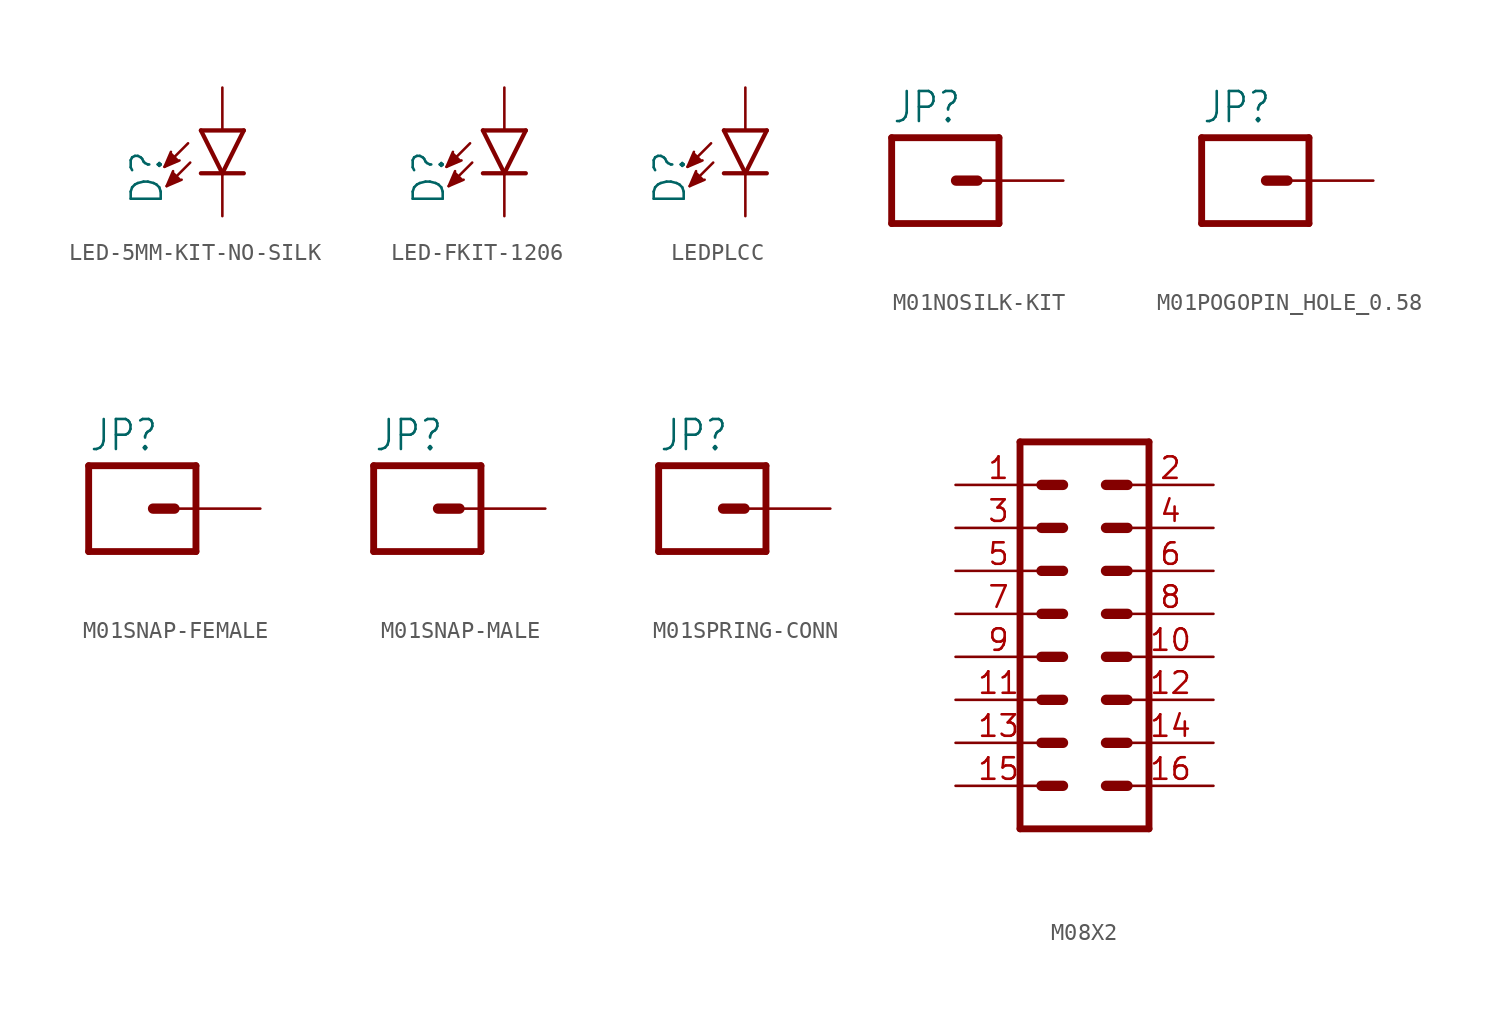
<source format=kicad_sym>
(kicad_symbol_lib
  (version 20231120)
  (generator "kicad_symbol_editor")
  (generator_version "8.0")
  (symbol "LED-5MM-KIT-NO-SILK"
    (property "Reference" "D"
      (at -3.429 -4.572 90)
      (effects (font (size 1.778 1.778)) (justify left bottom)))
    (property "Value" ""
      (at 1.905 -4.572 90)
      (effects (font (size 1.778 1.778)) (justify left top)))
    (property "ki_locked" ""
      (at 0 0 0)
      (effects (font (size 1.27 1.27))))
    (symbol "LED-5MM-KIT-NO-SILK_1_0"
      (polyline (pts (xy -2.032 -0.762) (xy -3.429 -2.159)) (stroke (width 0.152) (type solid)) (fill (type none)))
      (polyline (pts (xy -1.905 -1.905) (xy -3.302 -3.302)) (stroke (width 0.152) (type solid)) (fill (type none)))
      (polyline (pts (xy 0 -2.54) (xy -1.27 -2.54)) (stroke (width 0.254) (type solid)) (fill (type none)))
      (polyline (pts (xy 0 -2.54) (xy -1.27 0)) (stroke (width 0.254) (type solid)) (fill (type none)))
      (polyline (pts (xy 1.27 -2.54) (xy 0 -2.54)) (stroke (width 0.254) (type solid)) (fill (type none)))
      (polyline (pts (xy 1.27 0) (xy -1.27 0)) (stroke (width 0.254) (type solid)) (fill (type none)))
      (polyline (pts (xy 1.27 0) (xy 0 -2.54)) (stroke (width 0.254) (type solid)) (fill (type none)))
      (polyline (pts (xy -3.048 -1.27) (xy -3.429 -2.159) (xy -2.54 -1.778)) (stroke (width 0.152) (type solid)) (fill (type outline)))
      (polyline (pts (xy -2.921 -2.413) (xy -3.302 -3.302) (xy -2.413 -2.921)) (stroke (width 0.152) (type solid)) (fill (type outline)))
      (pin passive line (at 0 2.54 270) (length 2.54) (name "A" (effects (font (size 0 0)))) (number "A" (effects (font (size 0 0)))))
      (pin passive line (at 0 -5.08 90) (length 2.54) (name "C" (effects (font (size 0 0)))) (number "K" (effects (font (size 0 0)))))))
  (symbol "LED-FKIT-1206"
    (property "Reference" "D"
      (at -3.429 -4.572 90)
      (effects (font (size 1.778 1.778)) (justify left bottom)))
    (property "Value" ""
      (at 1.905 -4.572 90)
      (effects (font (size 1.778 1.778)) (justify left top)))
    (property "ki_locked" ""
      (at 0 0 0)
      (effects (font (size 1.27 1.27))))
    (symbol "LED-FKIT-1206_1_0"
      (polyline (pts (xy -2.032 -0.762) (xy -3.429 -2.159)) (stroke (width 0.152) (type solid)) (fill (type none)))
      (polyline (pts (xy -1.905 -1.905) (xy -3.302 -3.302)) (stroke (width 0.152) (type solid)) (fill (type none)))
      (polyline (pts (xy 0 -2.54) (xy -1.27 -2.54)) (stroke (width 0.254) (type solid)) (fill (type none)))
      (polyline (pts (xy 0 -2.54) (xy -1.27 0)) (stroke (width 0.254) (type solid)) (fill (type none)))
      (polyline (pts (xy 1.27 -2.54) (xy 0 -2.54)) (stroke (width 0.254) (type solid)) (fill (type none)))
      (polyline (pts (xy 1.27 0) (xy -1.27 0)) (stroke (width 0.254) (type solid)) (fill (type none)))
      (polyline (pts (xy 1.27 0) (xy 0 -2.54)) (stroke (width 0.254) (type solid)) (fill (type none)))
      (polyline (pts (xy -3.048 -1.27) (xy -3.429 -2.159) (xy -2.54 -1.778)) (stroke (width 0.152) (type solid)) (fill (type outline)))
      (polyline (pts (xy -2.921 -2.413) (xy -3.302 -3.302) (xy -2.413 -2.921)) (stroke (width 0.152) (type solid)) (fill (type outline)))
      (pin passive line (at 0 2.54 270) (length 2.54) (name "A" (effects (font (size 0 0)))) (number "A" (effects (font (size 0 0)))))
      (pin passive line (at 0 -5.08 90) (length 2.54) (name "C" (effects (font (size 0 0)))) (number "C" (effects (font (size 0 0)))))))
  (symbol "LEDPLCC"
    (property "Reference" "D"
      (at -3.429 -4.572 90)
      (effects (font (size 1.778 1.778)) (justify left bottom)))
    (property "Value" ""
      (at 1.905 -4.572 90)
      (effects (font (size 1.778 1.778)) (justify left top)))
    (property "ki_locked" ""
      (at 0 0 0)
      (effects (font (size 1.27 1.27))))
    (symbol "LEDPLCC_1_0"
      (polyline (pts (xy -2.032 -0.762) (xy -3.429 -2.159)) (stroke (width 0.152) (type solid)) (fill (type none)))
      (polyline (pts (xy -1.905 -1.905) (xy -3.302 -3.302)) (stroke (width 0.152) (type solid)) (fill (type none)))
      (polyline (pts (xy 0 -2.54) (xy -1.27 -2.54)) (stroke (width 0.254) (type solid)) (fill (type none)))
      (polyline (pts (xy 0 -2.54) (xy -1.27 0)) (stroke (width 0.254) (type solid)) (fill (type none)))
      (polyline (pts (xy 1.27 -2.54) (xy 0 -2.54)) (stroke (width 0.254) (type solid)) (fill (type none)))
      (polyline (pts (xy 1.27 0) (xy -1.27 0)) (stroke (width 0.254) (type solid)) (fill (type none)))
      (polyline (pts (xy 1.27 0) (xy 0 -2.54)) (stroke (width 0.254) (type solid)) (fill (type none)))
      (polyline (pts (xy -3.048 -1.27) (xy -3.429 -2.159) (xy -2.54 -1.778)) (stroke (width 0.152) (type solid)) (fill (type outline)))
      (polyline (pts (xy -2.921 -2.413) (xy -3.302 -3.302) (xy -2.413 -2.921)) (stroke (width 0.152) (type solid)) (fill (type outline)))
      (pin passive line (at 0 -5.08 90) (length 2.54) (name "C" (effects (font (size 0 0)))) (number "1" (effects (font (size 0 0)))))
      (pin passive line (at 0 2.54 270) (length 2.54) (name "A" (effects (font (size 0 0)))) (number "2" (effects (font (size 0 0)))))))
  (symbol "M01NOSILK-KIT"
    (property "Reference" "JP"
      (at -2.54 3.302 0)
      (effects (font (size 1.778 1.511)) (justify left bottom)))
    (property "Value" ""
      (at -2.54 -5.08 0)
      (effects (font (size 1.778 1.511)) (justify left bottom)))
    (property "ki_locked" ""
      (at 0 0 0)
      (effects (font (size 1.27 1.27))))
    (symbol "M01NOSILK-KIT_1_0"
      (polyline (pts (xy -2.54 2.54) (xy -2.54 -2.54)) (stroke (width 0.406) (type solid)) (fill (type none)))
      (polyline (pts (xy -2.54 2.54) (xy 3.81 2.54)) (stroke (width 0.406) (type solid)) (fill (type none)))
      (polyline (pts (xy 1.27 0) (xy 2.54 0)) (stroke (width 0.61) (type solid)) (fill (type none)))
      (polyline (pts (xy 3.81 -2.54) (xy -2.54 -2.54)) (stroke (width 0.406) (type solid)) (fill (type none)))
      (polyline (pts (xy 3.81 -2.54) (xy 3.81 2.54)) (stroke (width 0.406) (type solid)) (fill (type none)))
      (pin passive line (at 7.62 0 180) (length 5.08) (name "1" (effects (font (size 0 0)))) (number "1" (effects (font (size 0 0)))))))
  (symbol "M01POGOPIN_HOLE_0.58"
    (property "Reference" "JP"
      (at -2.54 3.302 0)
      (effects (font (size 1.778 1.511)) (justify left bottom)))
    (property "Value" ""
      (at -2.54 -5.08 0)
      (effects (font (size 1.778 1.511)) (justify left bottom)))
    (property "ki_locked" ""
      (at 0 0 0)
      (effects (font (size 1.27 1.27))))
    (symbol "M01POGOPIN_HOLE_0.58_1_0"
      (polyline (pts (xy -2.54 2.54) (xy -2.54 -2.54)) (stroke (width 0.406) (type solid)) (fill (type none)))
      (polyline (pts (xy -2.54 2.54) (xy 3.81 2.54)) (stroke (width 0.406) (type solid)) (fill (type none)))
      (polyline (pts (xy 1.27 0) (xy 2.54 0)) (stroke (width 0.61) (type solid)) (fill (type none)))
      (polyline (pts (xy 3.81 -2.54) (xy -2.54 -2.54)) (stroke (width 0.406) (type solid)) (fill (type none)))
      (polyline (pts (xy 3.81 -2.54) (xy 3.81 2.54)) (stroke (width 0.406) (type solid)) (fill (type none)))
      (pin passive line (at 7.62 0 180) (length 5.08) (name "1" (effects (font (size 0 0)))) (number "1" (effects (font (size 0 0)))))))
  (symbol "M01SNAP-FEMALE"
    (property "Reference" "JP"
      (at -2.54 3.302 0)
      (effects (font (size 1.778 1.511)) (justify left bottom)))
    (property "Value" ""
      (at -2.54 -5.08 0)
      (effects (font (size 1.778 1.511)) (justify left bottom)))
    (property "ki_locked" ""
      (at 0 0 0)
      (effects (font (size 1.27 1.27))))
    (symbol "M01SNAP-FEMALE_1_0"
      (polyline (pts (xy -2.54 2.54) (xy -2.54 -2.54)) (stroke (width 0.406) (type solid)) (fill (type none)))
      (polyline (pts (xy -2.54 2.54) (xy 3.81 2.54)) (stroke (width 0.406) (type solid)) (fill (type none)))
      (polyline (pts (xy 1.27 0) (xy 2.54 0)) (stroke (width 0.61) (type solid)) (fill (type none)))
      (polyline (pts (xy 3.81 -2.54) (xy -2.54 -2.54)) (stroke (width 0.406) (type solid)) (fill (type none)))
      (polyline (pts (xy 3.81 -2.54) (xy 3.81 2.54)) (stroke (width 0.406) (type solid)) (fill (type none)))
      (pin passive line (at 7.62 0 180) (length 5.08) (name "1" (effects (font (size 0 0)))) (number "1" (effects (font (size 0 0)))))))
  (symbol "M01SNAP-MALE"
    (property "Reference" "JP"
      (at -2.54 3.302 0)
      (effects (font (size 1.778 1.511)) (justify left bottom)))
    (property "Value" ""
      (at -2.54 -5.08 0)
      (effects (font (size 1.778 1.511)) (justify left bottom)))
    (property "ki_locked" ""
      (at 0 0 0)
      (effects (font (size 1.27 1.27))))
    (symbol "M01SNAP-MALE_1_0"
      (polyline (pts (xy -2.54 2.54) (xy -2.54 -2.54)) (stroke (width 0.406) (type solid)) (fill (type none)))
      (polyline (pts (xy -2.54 2.54) (xy 3.81 2.54)) (stroke (width 0.406) (type solid)) (fill (type none)))
      (polyline (pts (xy 1.27 0) (xy 2.54 0)) (stroke (width 0.61) (type solid)) (fill (type none)))
      (polyline (pts (xy 3.81 -2.54) (xy -2.54 -2.54)) (stroke (width 0.406) (type solid)) (fill (type none)))
      (polyline (pts (xy 3.81 -2.54) (xy 3.81 2.54)) (stroke (width 0.406) (type solid)) (fill (type none)))
      (pin passive line (at 7.62 0 180) (length 5.08) (name "1" (effects (font (size 0 0)))) (number "2" (effects (font (size 0 0)))))))
  (symbol "M01SPRING-CONN"
    (property "Reference" "JP"
      (at -2.54 3.302 0)
      (effects (font (size 1.778 1.511)) (justify left bottom)))
    (property "Value" ""
      (at -2.54 -5.08 0)
      (effects (font (size 1.778 1.511)) (justify left bottom)))
    (property "ki_locked" ""
      (at 0 0 0)
      (effects (font (size 1.27 1.27))))
    (symbol "M01SPRING-CONN_1_0"
      (polyline (pts (xy -2.54 2.54) (xy -2.54 -2.54)) (stroke (width 0.406) (type solid)) (fill (type none)))
      (polyline (pts (xy -2.54 2.54) (xy 3.81 2.54)) (stroke (width 0.406) (type solid)) (fill (type none)))
      (polyline (pts (xy 1.27 0) (xy 2.54 0)) (stroke (width 0.61) (type solid)) (fill (type none)))
      (polyline (pts (xy 3.81 -2.54) (xy -2.54 -2.54)) (stroke (width 0.406) (type solid)) (fill (type none)))
      (polyline (pts (xy 3.81 -2.54) (xy 3.81 2.54)) (stroke (width 0.406) (type solid)) (fill (type none)))
      (pin passive line (at 7.62 0 180) (length 5.08) (name "1" (effects (font (size 0 0)))) (number "P$2" (effects (font (size 0 0)))))))
  (symbol "M08X2"
    (property "Reference" ""
      (at -2.54 13.97 0)
      (effects (font (size 1.778 1.511)) (justify left bottom) (hide yes)))
    (property "Value" ""
      (at -2.54 -12.7 0)
      (effects (font (size 1.778 1.511)) (justify left bottom)))
    (property "ki_locked" ""
      (at 0 0 0)
      (effects (font (size 1.27 1.27))))
    (symbol "M08X2_1_0"
      (polyline (pts (xy -3.81 12.7) (xy -3.81 -10.16)) (stroke (width 0.406) (type solid)) (fill (type none)))
      (polyline (pts (xy -3.81 12.7) (xy 3.81 12.7)) (stroke (width 0.406) (type solid)) (fill (type none)))
      (polyline (pts (xy -1.27 -7.62) (xy -2.54 -7.62)) (stroke (width 0.61) (type solid)) (fill (type none)))
      (polyline (pts (xy -1.27 -5.08) (xy -2.54 -5.08)) (stroke (width 0.61) (type solid)) (fill (type none)))
      (polyline (pts (xy -1.27 -2.54) (xy -2.54 -2.54)) (stroke (width 0.61) (type solid)) (fill (type none)))
      (polyline (pts (xy -1.27 0) (xy -2.54 0)) (stroke (width 0.61) (type solid)) (fill (type none)))
      (polyline (pts (xy -1.27 2.54) (xy -2.54 2.54)) (stroke (width 0.61) (type solid)) (fill (type none)))
      (polyline (pts (xy -1.27 5.08) (xy -2.54 5.08)) (stroke (width 0.61) (type solid)) (fill (type none)))
      (polyline (pts (xy -1.27 7.62) (xy -2.54 7.62)) (stroke (width 0.61) (type solid)) (fill (type none)))
      (polyline (pts (xy -1.27 10.16) (xy -2.54 10.16)) (stroke (width 0.61) (type solid)) (fill (type none)))
      (polyline (pts (xy 1.27 -7.62) (xy 2.54 -7.62)) (stroke (width 0.61) (type solid)) (fill (type none)))
      (polyline (pts (xy 1.27 -5.08) (xy 2.54 -5.08)) (stroke (width 0.61) (type solid)) (fill (type none)))
      (polyline (pts (xy 1.27 -2.54) (xy 2.54 -2.54)) (stroke (width 0.61) (type solid)) (fill (type none)))
      (polyline (pts (xy 1.27 0) (xy 2.54 0)) (stroke (width 0.61) (type solid)) (fill (type none)))
      (polyline (pts (xy 1.27 2.54) (xy 2.54 2.54)) (stroke (width 0.61) (type solid)) (fill (type none)))
      (polyline (pts (xy 1.27 5.08) (xy 2.54 5.08)) (stroke (width 0.61) (type solid)) (fill (type none)))
      (polyline (pts (xy 1.27 7.62) (xy 2.54 7.62)) (stroke (width 0.61) (type solid)) (fill (type none)))
      (polyline (pts (xy 1.27 10.16) (xy 2.54 10.16)) (stroke (width 0.61) (type solid)) (fill (type none)))
      (polyline (pts (xy 3.81 -10.16) (xy -3.81 -10.16)) (stroke (width 0.406) (type solid)) (fill (type none)))
      (polyline (pts (xy 3.81 -10.16) (xy 3.81 12.7)) (stroke (width 0.406) (type solid)) (fill (type none)))
      (pin passive line (at -7.62 10.16 0) (length 5.08) (name "1" (effects (font (size 0 0)))) (number "1" (effects (font (size 1.27 1.27)))))
      (pin passive line (at 7.62 0 180) (length 5.08) (name "10" (effects (font (size 0 0)))) (number "10" (effects (font (size 1.27 1.27)))))
      (pin passive line (at -7.62 -2.54 0) (length 5.08) (name "11" (effects (font (size 0 0)))) (number "11" (effects (font (size 1.27 1.27)))))
      (pin passive line (at 7.62 -2.54 180) (length 5.08) (name "12" (effects (font (size 0 0)))) (number "12" (effects (font (size 1.27 1.27)))))
      (pin passive line (at -7.62 -5.08 0) (length 5.08) (name "13" (effects (font (size 0 0)))) (number "13" (effects (font (size 1.27 1.27)))))
      (pin passive line (at 7.62 -5.08 180) (length 5.08) (name "14" (effects (font (size 0 0)))) (number "14" (effects (font (size 1.27 1.27)))))
      (pin passive line (at -7.62 -7.62 0) (length 5.08) (name "15" (effects (font (size 0 0)))) (number "15" (effects (font (size 1.27 1.27)))))
      (pin passive line (at 7.62 -7.62 180) (length 5.08) (name "16" (effects (font (size 0 0)))) (number "16" (effects (font (size 1.27 1.27)))))
      (pin passive line (at 7.62 10.16 180) (length 5.08) (name "2" (effects (font (size 0 0)))) (number "2" (effects (font (size 1.27 1.27)))))
      (pin passive line (at -7.62 7.62 0) (length 5.08) (name "3" (effects (font (size 0 0)))) (number "3" (effects (font (size 1.27 1.27)))))
      (pin passive line (at 7.62 7.62 180) (length 5.08) (name "4" (effects (font (size 0 0)))) (number "4" (effects (font (size 1.27 1.27)))))
      (pin passive line (at -7.62 5.08 0) (length 5.08) (name "5" (effects (font (size 0 0)))) (number "5" (effects (font (size 1.27 1.27)))))
      (pin passive line (at 7.62 5.08 180) (length 5.08) (name "6" (effects (font (size 0 0)))) (number "6" (effects (font (size 1.27 1.27)))))
      (pin passive line (at -7.62 2.54 0) (length 5.08) (name "7" (effects (font (size 0 0)))) (number "7" (effects (font (size 1.27 1.27)))))
      (pin passive line (at 7.62 2.54 180) (length 5.08) (name "8" (effects (font (size 0 0)))) (number "8" (effects (font (size 1.27 1.27)))))
      (pin passive line (at -7.62 0 0) (length 5.08) (name "9" (effects (font (size 0 0)))) (number "9" (effects (font (size 1.27 1.27))))))))
</source>
